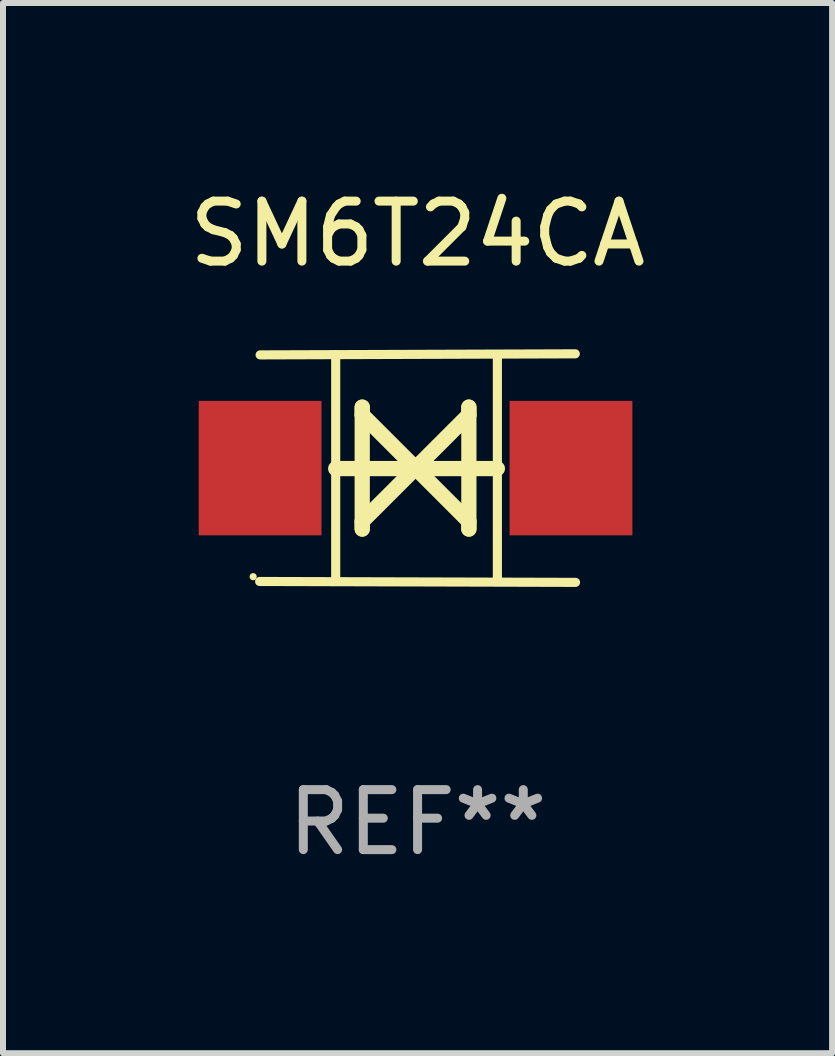
<source format=kicad_pcb>
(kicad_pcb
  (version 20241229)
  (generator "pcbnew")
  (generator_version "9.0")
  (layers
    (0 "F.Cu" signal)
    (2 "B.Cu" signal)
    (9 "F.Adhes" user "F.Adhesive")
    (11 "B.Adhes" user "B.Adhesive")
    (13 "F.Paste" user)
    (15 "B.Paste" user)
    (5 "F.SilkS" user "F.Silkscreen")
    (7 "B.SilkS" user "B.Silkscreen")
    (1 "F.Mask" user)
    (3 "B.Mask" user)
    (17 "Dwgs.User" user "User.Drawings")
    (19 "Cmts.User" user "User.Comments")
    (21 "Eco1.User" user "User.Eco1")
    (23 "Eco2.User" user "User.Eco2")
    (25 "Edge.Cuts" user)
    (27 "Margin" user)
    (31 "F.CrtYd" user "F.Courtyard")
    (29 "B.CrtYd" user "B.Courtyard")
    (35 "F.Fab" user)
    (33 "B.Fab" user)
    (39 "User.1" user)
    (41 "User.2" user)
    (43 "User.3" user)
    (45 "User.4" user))
  (footprint "SM6T24CA"
    (layer "F.Cu")
    (at 3.911 4.753)
    (property "Reference" "SM6T24CA" (at 0 -3.905 0) (layer "F.SilkS") (effects (font (size 1 1) (thickness 0.15))))
    (attr through_hole)
    (fp_line (start -1.365 1.886) (end -1.365 -1.886) (stroke (width 0.152) (type solid)) (layer "F.SilkS"))
    (fp_line (start -1.365 0.008) (end 1.33 0.008) (stroke (width 0.254) (type solid)) (layer "F.SilkS"))
    (fp_line (start -0.923 -1.016) (end -0.923 1.016) (stroke (width 0.254) (type solid)) (layer "F.SilkS"))
    (fp_line (start -0.923 -0.889) (end -0.923 -1.016) (stroke (width 0.254) (type solid)) (layer "F.SilkS"))
    (fp_line (start -0.923 0.889) (end -0.034 0) (stroke (width 0.254) (type solid)) (layer "F.SilkS"))
    (fp_line (start -0.923 1.016) (end -0.923 0.889) (stroke (width 0.254) (type solid)) (layer "F.SilkS"))
    (fp_line (start -0.034 0) (end -0.923 -0.889) (stroke (width 0.254) (type solid)) (layer "F.SilkS"))
    (fp_line (start -0.034 0) (end 0.855 0.889) (stroke (width 0.254) (type solid)) (layer "F.SilkS"))
    (fp_line (start 0.855 -1.016) (end 0.855 -0.889) (stroke (width 0.254) (type solid)) (layer "F.SilkS"))
    (fp_line (start 0.855 -0.889) (end -0.034 0) (stroke (width 0.254) (type solid)) (layer "F.SilkS"))
    (fp_line (start 0.855 0.889) (end 0.855 1.016) (stroke (width 0.254) (type solid)) (layer "F.SilkS"))
    (fp_line (start 0.855 1.016) (end 0.855 -1.016) (stroke (width 0.254) (type solid)) (layer "F.SilkS"))
    (fp_line (start 1.33 1.886) (end 1.33 -1.886) (stroke (width 0.152) (type solid)) (layer "F.SilkS"))
    (fp_line (start 2.629 -1.905) (end -2.625 -1.887) (stroke (width 0.152) (type solid)) (layer "F.SilkS"))
    (fp_line (start 2.633 1.905) (end -2.633 1.89) (stroke (width 0.152) (type solid)) (layer "F.SilkS"))
    (fp_circle (center -2.741 1.81) (end -2.711 1.81) (stroke (width 0.06) (type solid)) (fill no) (layer "F.SilkS"))
    (fp_text user "REF**" (at 0 5.905 0) (layer "F.Fab") (effects (font (size 1 1) (thickness 0.15))))
    (pad "1" smd rect (at -2.625 0) (size 2.047 2.241) (layers "F.Cu" "F.Mask" "F.Paste"))
    (pad "2" smd rect (at 2.557 0) (size 2.047 2.241) (layers "F.Cu" "F.Mask" "F.Paste")))
  (gr_rect
    (start -3 -3)
    (end 10.821 14.507)
    (stroke (width 0.1) (type default))
    (fill no)
    (layer "Edge.Cuts")))
</source>
